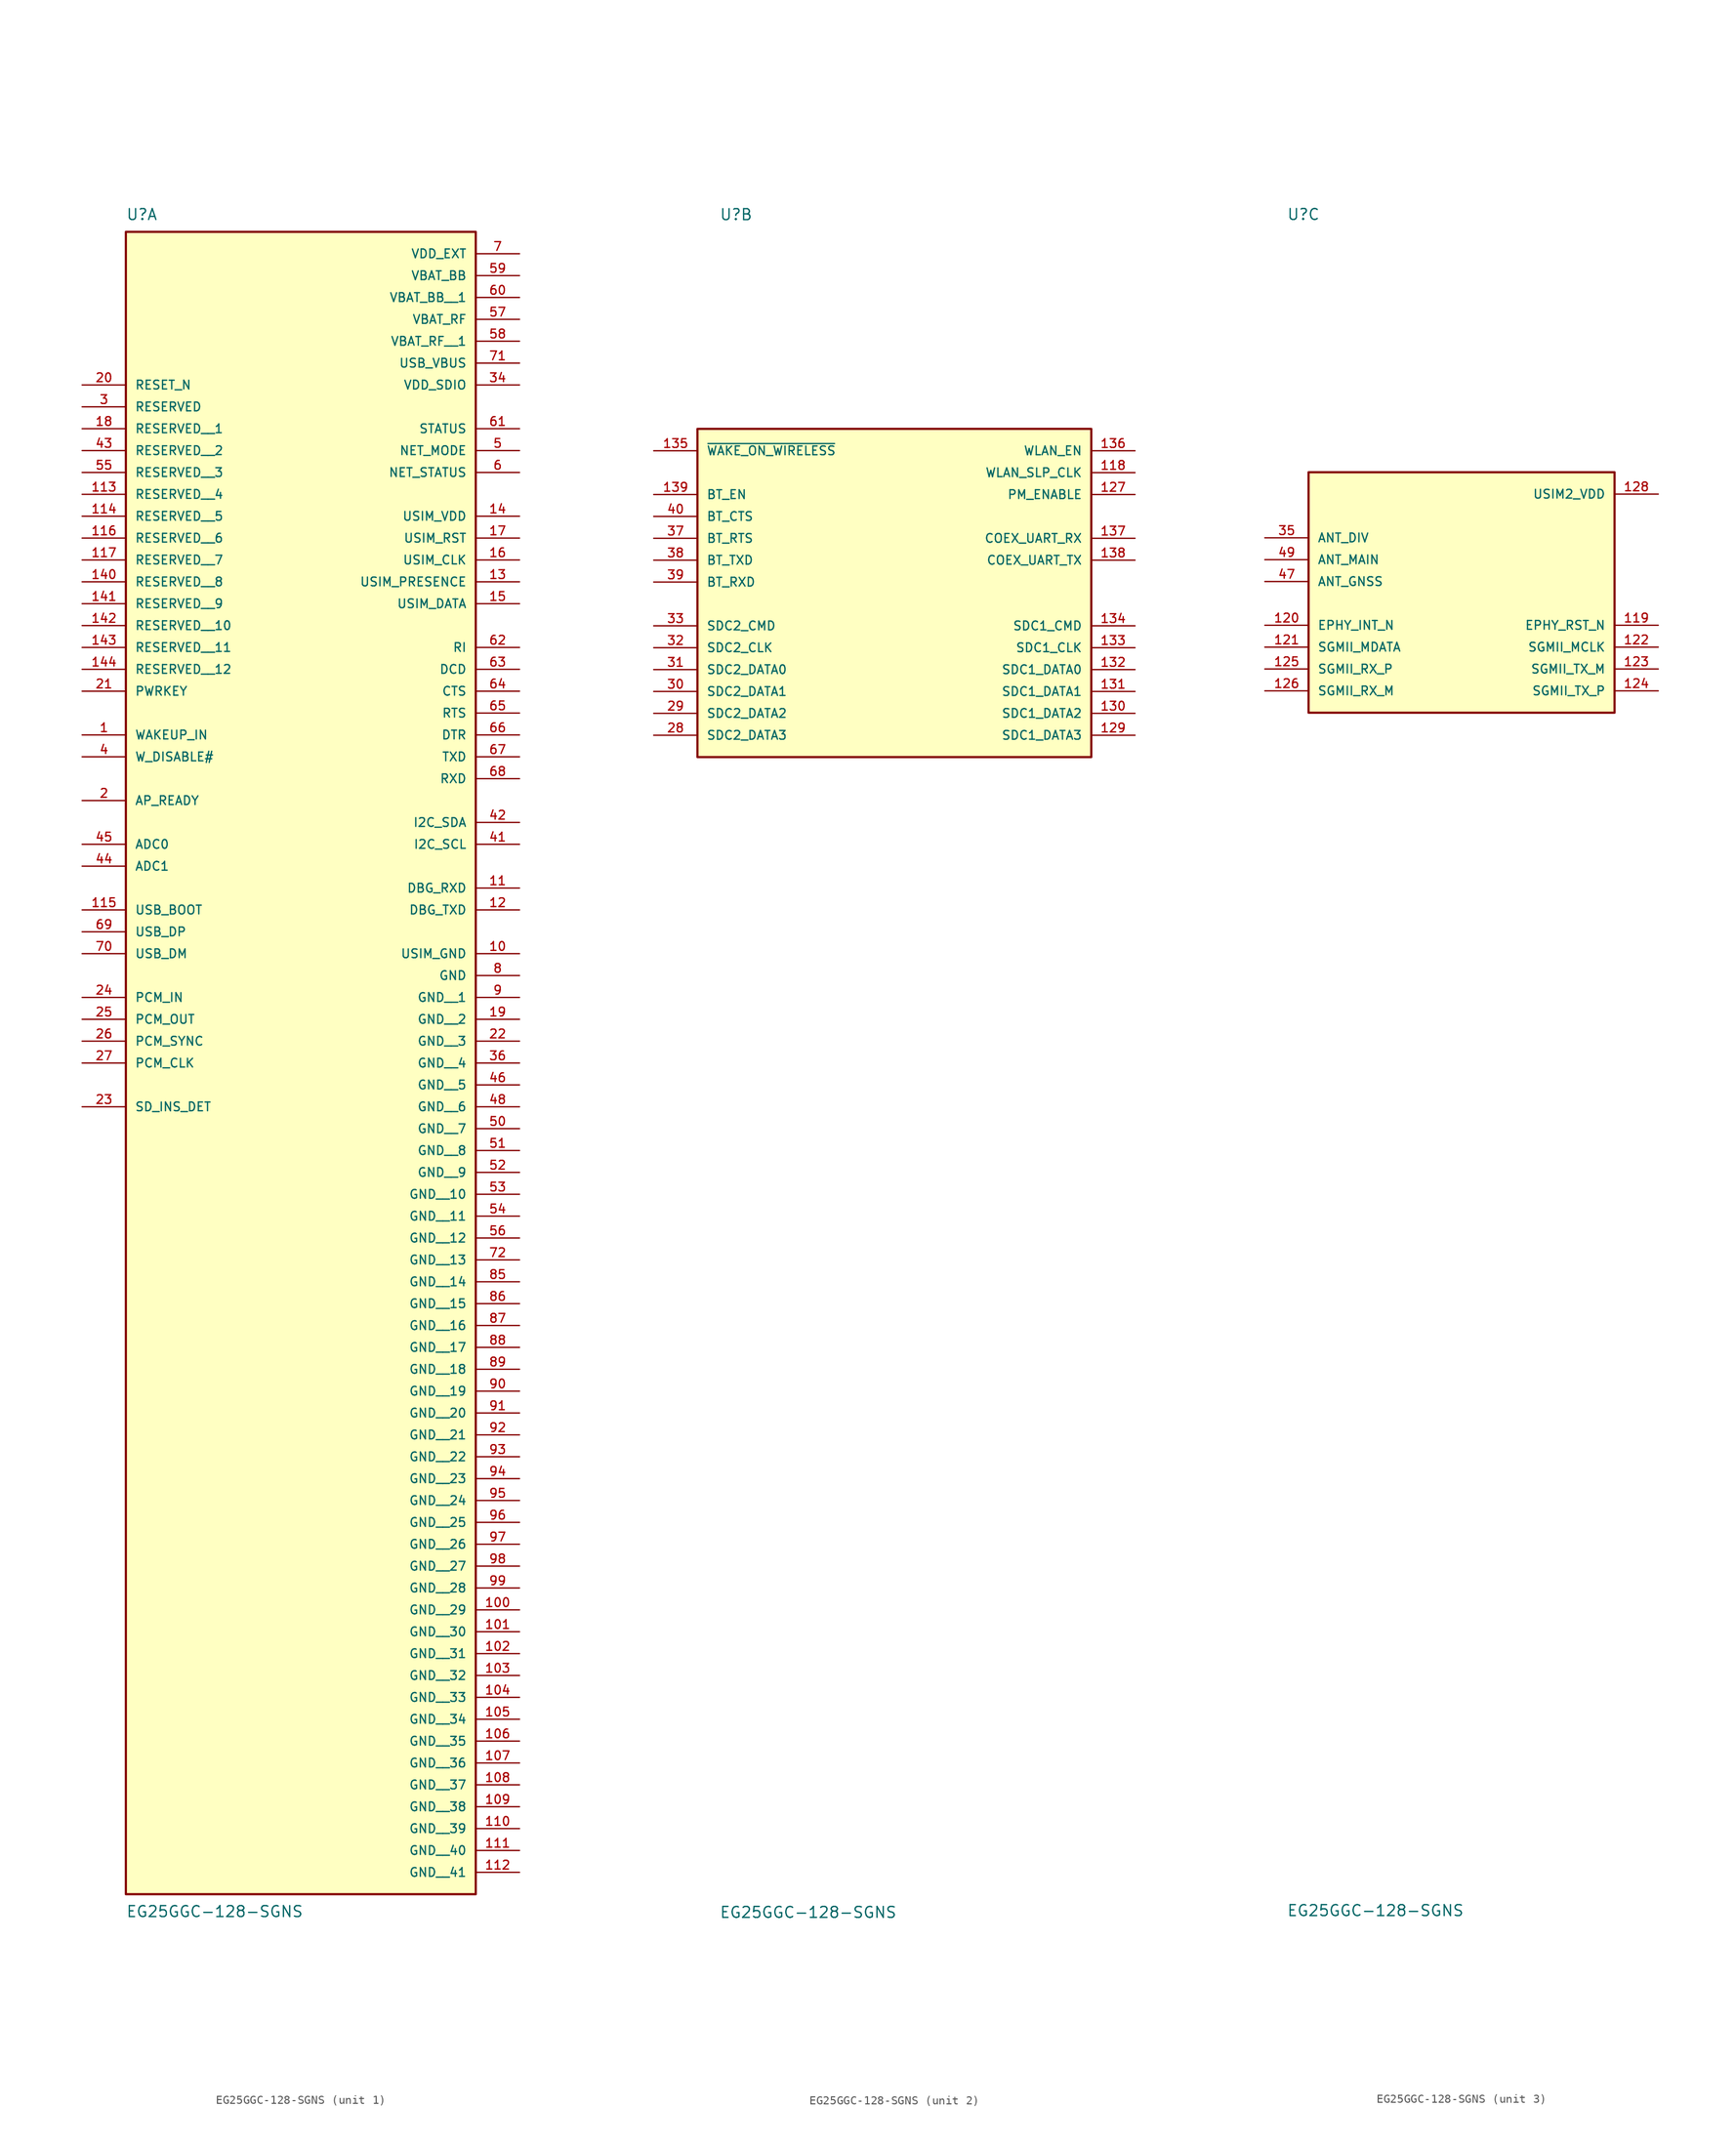
<source format=kicad_sym>
(kicad_symbol_lib
  (version 20241209)
  (generator "kicad_symbol_editor")
  (generator_version "9.0")
  (symbol "EG25GGC-128-SGNS"
    (pin_names
      (offset 1.016))
    (property "Reference" "U"
      (at -20.32 41.91 0)
      (effects (font (size 1.27 1.27)) (justify left bottom)))
    (property "Value" "EG25GGC-128-SGNS"
      (at -20.32 -153.67 0)
      (effects (font (size 1.27 1.27)) (justify left top)))
    (symbol "EG25GGC-128-SGNS_1_0"
      (rectangle (start -20.32 -152.4) (end 20.32 40.64) (stroke (width 0.254) (type default)) (fill (type background)))
      (pin input line (at -25.4 22.86 0) (length 5.08) (name "RESET_N" (effects (font (size 1.016 1.016)))) (number "20" (effects (font (size 1.016 1.016)))))
      (pin bidirectional line (at -25.4 20.32 0) (length 5.08) (name "RESERVED" (effects (font (size 1.016 1.016)))) (number "3" (effects (font (size 1.016 1.016)))))
      (pin bidirectional line (at -25.4 17.78 0) (length 5.08) (name "RESERVED__1" (effects (font (size 1.016 1.016)))) (number "18" (effects (font (size 1.016 1.016)))))
      (pin bidirectional line (at -25.4 15.24 0) (length 5.08) (name "RESERVED__2" (effects (font (size 1.016 1.016)))) (number "43" (effects (font (size 1.016 1.016)))))
      (pin bidirectional line (at -25.4 12.7 0) (length 5.08) (name "RESERVED__3" (effects (font (size 1.016 1.016)))) (number "55" (effects (font (size 1.016 1.016)))))
      (pin bidirectional line (at -25.4 10.16 0) (length 5.08) (name "RESERVED__4" (effects (font (size 1.016 1.016)))) (number "113" (effects (font (size 1.016 1.016)))))
      (pin bidirectional line (at -25.4 7.62 0) (length 5.08) (name "RESERVED__5" (effects (font (size 1.016 1.016)))) (number "114" (effects (font (size 1.016 1.016)))))
      (pin bidirectional line (at -25.4 5.08 0) (length 5.08) (name "RESERVED__6" (effects (font (size 1.016 1.016)))) (number "116" (effects (font (size 1.016 1.016)))))
      (pin bidirectional line (at -25.4 2.54 0) (length 5.08) (name "RESERVED__7" (effects (font (size 1.016 1.016)))) (number "117" (effects (font (size 1.016 1.016)))))
      (pin bidirectional line (at -25.4 0 0) (length 5.08) (name "RESERVED__8" (effects (font (size 1.016 1.016)))) (number "140" (effects (font (size 1.016 1.016)))))
      (pin bidirectional line (at -25.4 -2.54 0) (length 5.08) (name "RESERVED__9" (effects (font (size 1.016 1.016)))) (number "141" (effects (font (size 1.016 1.016)))))
      (pin bidirectional line (at -25.4 -5.08 0) (length 5.08) (name "RESERVED__10" (effects (font (size 1.016 1.016)))) (number "142" (effects (font (size 1.016 1.016)))))
      (pin bidirectional line (at -25.4 -7.62 0) (length 5.08) (name "RESERVED__11" (effects (font (size 1.016 1.016)))) (number "143" (effects (font (size 1.016 1.016)))))
      (pin bidirectional line (at -25.4 -10.16 0) (length 5.08) (name "RESERVED__12" (effects (font (size 1.016 1.016)))) (number "144" (effects (font (size 1.016 1.016)))))
      (pin input line (at -25.4 -12.7 0) (length 5.08) (name "PWRKEY" (effects (font (size 1.016 1.016)))) (number "21" (effects (font (size 1.016 1.016)))))
      (pin input line (at -25.4 -17.78 0) (length 5.08) (name "WAKEUP_IN" (effects (font (size 1.016 1.016)))) (number "1" (effects (font (size 1.016 1.016)))))
      (pin input line (at -25.4 -20.32 0) (length 5.08) (name "W_DISABLE#" (effects (font (size 1.016 1.016)))) (number "4" (effects (font (size 1.016 1.016)))))
      (pin input line (at -25.4 -25.4 0) (length 5.08) (name "AP_READY" (effects (font (size 1.016 1.016)))) (number "2" (effects (font (size 1.016 1.016)))))
      (pin input line (at -25.4 -30.48 0) (length 5.08) (name "ADC0" (effects (font (size 1.016 1.016)))) (number "45" (effects (font (size 1.016 1.016)))))
      (pin input line (at -25.4 -33.02 0) (length 5.08) (name "ADC1" (effects (font (size 1.016 1.016)))) (number "44" (effects (font (size 1.016 1.016)))))
      (pin input line (at -25.4 -38.1 0) (length 5.08) (name "USB_BOOT" (effects (font (size 1.016 1.016)))) (number "115" (effects (font (size 1.016 1.016)))))
      (pin bidirectional line (at -25.4 -40.64 0) (length 5.08) (name "USB_DP" (effects (font (size 1.016 1.016)))) (number "69" (effects (font (size 1.016 1.016)))))
      (pin bidirectional line (at -25.4 -43.18 0) (length 5.08) (name "USB_DM" (effects (font (size 1.016 1.016)))) (number "70" (effects (font (size 1.016 1.016)))))
      (pin input line (at -25.4 -48.26 0) (length 5.08) (name "PCM_IN" (effects (font (size 1.016 1.016)))) (number "24" (effects (font (size 1.016 1.016)))))
      (pin output line (at -25.4 -50.8 0) (length 5.08) (name "PCM_OUT" (effects (font (size 1.016 1.016)))) (number "25" (effects (font (size 1.016 1.016)))))
      (pin bidirectional line (at -25.4 -53.34 0) (length 5.08) (name "PCM_SYNC" (effects (font (size 1.016 1.016)))) (number "26" (effects (font (size 1.016 1.016)))))
      (pin bidirectional line (at -25.4 -55.88 0) (length 5.08) (name "PCM_CLK" (effects (font (size 1.016 1.016)))) (number "27" (effects (font (size 1.016 1.016)))))
      (pin input line (at -25.4 -60.96 0) (length 5.08) (name "SD_INS_DET" (effects (font (size 1.016 1.016)))) (number "23" (effects (font (size 1.016 1.016)))))
      (pin power_in line (at 25.4 38.1 180) (length 5.08) (name "VDD_EXT" (effects (font (size 1.016 1.016)))) (number "7" (effects (font (size 1.016 1.016)))))
      (pin power_in line (at 25.4 35.56 180) (length 5.08) (name "VBAT_BB" (effects (font (size 1.016 1.016)))) (number "59" (effects (font (size 1.016 1.016)))))
      (pin power_in line (at 25.4 33.02 180) (length 5.08) (name "VBAT_BB__1" (effects (font (size 1.016 1.016)))) (number "60" (effects (font (size 1.016 1.016)))))
      (pin power_in line (at 25.4 30.48 180) (length 5.08) (name "VBAT_RF" (effects (font (size 1.016 1.016)))) (number "57" (effects (font (size 1.016 1.016)))))
      (pin power_in line (at 25.4 27.94 180) (length 5.08) (name "VBAT_RF__1" (effects (font (size 1.016 1.016)))) (number "58" (effects (font (size 1.016 1.016)))))
      (pin power_in line (at 25.4 25.4 180) (length 5.08) (name "USB_VBUS" (effects (font (size 1.016 1.016)))) (number "71" (effects (font (size 1.016 1.016)))))
      (pin output line (at 25.4 22.86 180) (length 5.08) (name "VDD_SDIO" (effects (font (size 1.016 1.016)))) (number "34" (effects (font (size 1.016 1.016)))))
      (pin output line (at 25.4 17.78 180) (length 5.08) (name "STATUS" (effects (font (size 1.016 1.016)))) (number "61" (effects (font (size 1.016 1.016)))))
      (pin output line (at 25.4 15.24 180) (length 5.08) (name "NET_MODE" (effects (font (size 1.016 1.016)))) (number "5" (effects (font (size 1.016 1.016)))))
      (pin output line (at 25.4 12.7 180) (length 5.08) (name "NET_STATUS" (effects (font (size 1.016 1.016)))) (number "6" (effects (font (size 1.016 1.016)))))
      (pin output line (at 25.4 7.62 180) (length 5.08) (name "USIM_VDD" (effects (font (size 1.016 1.016)))) (number "14" (effects (font (size 1.016 1.016)))))
      (pin output line (at 25.4 5.08 180) (length 5.08) (name "USIM_RST" (effects (font (size 1.016 1.016)))) (number "17" (effects (font (size 1.016 1.016)))))
      (pin output line (at 25.4 2.54 180) (length 5.08) (name "USIM_CLK" (effects (font (size 1.016 1.016)))) (number "16" (effects (font (size 1.016 1.016)))))
      (pin input line (at 25.4 0 180) (length 5.08) (name "USIM_PRESENCE" (effects (font (size 1.016 1.016)))) (number "13" (effects (font (size 1.016 1.016)))))
      (pin bidirectional line (at 25.4 -2.54 180) (length 5.08) (name "USIM_DATA" (effects (font (size 1.016 1.016)))) (number "15" (effects (font (size 1.016 1.016)))))
      (pin output line (at 25.4 -7.62 180) (length 5.08) (name "RI" (effects (font (size 1.016 1.016)))) (number "62" (effects (font (size 1.016 1.016)))))
      (pin output line (at 25.4 -10.16 180) (length 5.08) (name "DCD" (effects (font (size 1.016 1.016)))) (number "63" (effects (font (size 1.016 1.016)))))
      (pin output line (at 25.4 -12.7 180) (length 5.08) (name "CTS" (effects (font (size 1.016 1.016)))) (number "64" (effects (font (size 1.016 1.016)))))
      (pin input line (at 25.4 -15.24 180) (length 5.08) (name "RTS" (effects (font (size 1.016 1.016)))) (number "65" (effects (font (size 1.016 1.016)))))
      (pin input line (at 25.4 -17.78 180) (length 5.08) (name "DTR" (effects (font (size 1.016 1.016)))) (number "66" (effects (font (size 1.016 1.016)))))
      (pin output line (at 25.4 -20.32 180) (length 5.08) (name "TXD" (effects (font (size 1.016 1.016)))) (number "67" (effects (font (size 1.016 1.016)))))
      (pin input line (at 25.4 -22.86 180) (length 5.08) (name "RXD" (effects (font (size 1.016 1.016)))) (number "68" (effects (font (size 1.016 1.016)))))
      (pin output line (at 25.4 -27.94 180) (length 5.08) (name "I2C_SDA" (effects (font (size 1.016 1.016)))) (number "42" (effects (font (size 1.016 1.016)))))
      (pin output line (at 25.4 -30.48 180) (length 5.08) (name "I2C_SCL" (effects (font (size 1.016 1.016)))) (number "41" (effects (font (size 1.016 1.016)))))
      (pin input line (at 25.4 -35.56 180) (length 5.08) (name "DBG_RXD" (effects (font (size 1.016 1.016)))) (number "11" (effects (font (size 1.016 1.016)))))
      (pin output line (at 25.4 -38.1 180) (length 5.08) (name "DBG_TXD" (effects (font (size 1.016 1.016)))) (number "12" (effects (font (size 1.016 1.016)))))
      (pin power_in line (at 25.4 -43.18 180) (length 5.08) (name "USIM_GND" (effects (font (size 1.016 1.016)))) (number "10" (effects (font (size 1.016 1.016)))))
      (pin power_in line (at 25.4 -45.72 180) (length 5.08) (name "GND" (effects (font (size 1.016 1.016)))) (number "8" (effects (font (size 1.016 1.016)))))
      (pin power_in line (at 25.4 -48.26 180) (length 5.08) (name "GND__1" (effects (font (size 1.016 1.016)))) (number "9" (effects (font (size 1.016 1.016)))))
      (pin power_in line (at 25.4 -50.8 180) (length 5.08) (name "GND__2" (effects (font (size 1.016 1.016)))) (number "19" (effects (font (size 1.016 1.016)))))
      (pin power_in line (at 25.4 -53.34 180) (length 5.08) (name "GND__3" (effects (font (size 1.016 1.016)))) (number "22" (effects (font (size 1.016 1.016)))))
      (pin power_in line (at 25.4 -55.88 180) (length 5.08) (name "GND__4" (effects (font (size 1.016 1.016)))) (number "36" (effects (font (size 1.016 1.016)))))
      (pin power_in line (at 25.4 -58.42 180) (length 5.08) (name "GND__5" (effects (font (size 1.016 1.016)))) (number "46" (effects (font (size 1.016 1.016)))))
      (pin power_in line (at 25.4 -60.96 180) (length 5.08) (name "GND__6" (effects (font (size 1.016 1.016)))) (number "48" (effects (font (size 1.016 1.016)))))
      (pin power_in line (at 25.4 -63.5 180) (length 5.08) (name "GND__7" (effects (font (size 1.016 1.016)))) (number "50" (effects (font (size 1.016 1.016)))))
      (pin power_in line (at 25.4 -66.04 180) (length 5.08) (name "GND__8" (effects (font (size 1.016 1.016)))) (number "51" (effects (font (size 1.016 1.016)))))
      (pin power_in line (at 25.4 -68.58 180) (length 5.08) (name "GND__9" (effects (font (size 1.016 1.016)))) (number "52" (effects (font (size 1.016 1.016)))))
      (pin power_in line (at 25.4 -71.12 180) (length 5.08) (name "GND__10" (effects (font (size 1.016 1.016)))) (number "53" (effects (font (size 1.016 1.016)))))
      (pin power_in line (at 25.4 -73.66 180) (length 5.08) (name "GND__11" (effects (font (size 1.016 1.016)))) (number "54" (effects (font (size 1.016 1.016)))))
      (pin power_in line (at 25.4 -76.2 180) (length 5.08) (name "GND__12" (effects (font (size 1.016 1.016)))) (number "56" (effects (font (size 1.016 1.016)))))
      (pin power_in line (at 25.4 -78.74 180) (length 5.08) (name "GND__13" (effects (font (size 1.016 1.016)))) (number "72" (effects (font (size 1.016 1.016)))))
      (pin power_in line (at 25.4 -81.28 180) (length 5.08) (name "GND__14" (effects (font (size 1.016 1.016)))) (number "85" (effects (font (size 1.016 1.016)))))
      (pin power_in line (at 25.4 -83.82 180) (length 5.08) (name "GND__15" (effects (font (size 1.016 1.016)))) (number "86" (effects (font (size 1.016 1.016)))))
      (pin power_in line (at 25.4 -86.36 180) (length 5.08) (name "GND__16" (effects (font (size 1.016 1.016)))) (number "87" (effects (font (size 1.016 1.016)))))
      (pin power_in line (at 25.4 -88.9 180) (length 5.08) (name "GND__17" (effects (font (size 1.016 1.016)))) (number "88" (effects (font (size 1.016 1.016)))))
      (pin power_in line (at 25.4 -91.44 180) (length 5.08) (name "GND__18" (effects (font (size 1.016 1.016)))) (number "89" (effects (font (size 1.016 1.016)))))
      (pin power_in line (at 25.4 -93.98 180) (length 5.08) (name "GND__19" (effects (font (size 1.016 1.016)))) (number "90" (effects (font (size 1.016 1.016)))))
      (pin power_in line (at 25.4 -96.52 180) (length 5.08) (name "GND__20" (effects (font (size 1.016 1.016)))) (number "91" (effects (font (size 1.016 1.016)))))
      (pin power_in line (at 25.4 -99.06 180) (length 5.08) (name "GND__21" (effects (font (size 1.016 1.016)))) (number "92" (effects (font (size 1.016 1.016)))))
      (pin power_in line (at 25.4 -101.6 180) (length 5.08) (name "GND__22" (effects (font (size 1.016 1.016)))) (number "93" (effects (font (size 1.016 1.016)))))
      (pin power_in line (at 25.4 -104.14 180) (length 5.08) (name "GND__23" (effects (font (size 1.016 1.016)))) (number "94" (effects (font (size 1.016 1.016)))))
      (pin power_in line (at 25.4 -106.68 180) (length 5.08) (name "GND__24" (effects (font (size 1.016 1.016)))) (number "95" (effects (font (size 1.016 1.016)))))
      (pin power_in line (at 25.4 -109.22 180) (length 5.08) (name "GND__25" (effects (font (size 1.016 1.016)))) (number "96" (effects (font (size 1.016 1.016)))))
      (pin power_in line (at 25.4 -111.76 180) (length 5.08) (name "GND__26" (effects (font (size 1.016 1.016)))) (number "97" (effects (font (size 1.016 1.016)))))
      (pin power_in line (at 25.4 -114.3 180) (length 5.08) (name "GND__27" (effects (font (size 1.016 1.016)))) (number "98" (effects (font (size 1.016 1.016)))))
      (pin power_in line (at 25.4 -116.84 180) (length 5.08) (name "GND__28" (effects (font (size 1.016 1.016)))) (number "99" (effects (font (size 1.016 1.016)))))
      (pin power_in line (at 25.4 -119.38 180) (length 5.08) (name "GND__29" (effects (font (size 1.016 1.016)))) (number "100" (effects (font (size 1.016 1.016)))))
      (pin power_in line (at 25.4 -121.92 180) (length 5.08) (name "GND__30" (effects (font (size 1.016 1.016)))) (number "101" (effects (font (size 1.016 1.016)))))
      (pin power_in line (at 25.4 -124.46 180) (length 5.08) (name "GND__31" (effects (font (size 1.016 1.016)))) (number "102" (effects (font (size 1.016 1.016)))))
      (pin power_in line (at 25.4 -127 180) (length 5.08) (name "GND__32" (effects (font (size 1.016 1.016)))) (number "103" (effects (font (size 1.016 1.016)))))
      (pin power_in line (at 25.4 -129.54 180) (length 5.08) (name "GND__33" (effects (font (size 1.016 1.016)))) (number "104" (effects (font (size 1.016 1.016)))))
      (pin power_in line (at 25.4 -132.08 180) (length 5.08) (name "GND__34" (effects (font (size 1.016 1.016)))) (number "105" (effects (font (size 1.016 1.016)))))
      (pin power_in line (at 25.4 -134.62 180) (length 5.08) (name "GND__35" (effects (font (size 1.016 1.016)))) (number "106" (effects (font (size 1.016 1.016)))))
      (pin power_in line (at 25.4 -137.16 180) (length 5.08) (name "GND__36" (effects (font (size 1.016 1.016)))) (number "107" (effects (font (size 1.016 1.016)))))
      (pin power_in line (at 25.4 -139.7 180) (length 5.08) (name "GND__37" (effects (font (size 1.016 1.016)))) (number "108" (effects (font (size 1.016 1.016)))))
      (pin power_in line (at 25.4 -142.24 180) (length 5.08) (name "GND__38" (effects (font (size 1.016 1.016)))) (number "109" (effects (font (size 1.016 1.016)))))
      (pin power_in line (at 25.4 -144.78 180) (length 5.08) (name "GND__39" (effects (font (size 1.016 1.016)))) (number "110" (effects (font (size 1.016 1.016)))))
      (pin power_in line (at 25.4 -147.32 180) (length 5.08) (name "GND__40" (effects (font (size 1.016 1.016)))) (number "111" (effects (font (size 1.016 1.016)))))
      (pin power_in line (at 25.4 -149.86 180) (length 5.08) (name "GND__41" (effects (font (size 1.016 1.016)))) (number "112" (effects (font (size 1.016 1.016))))))
    (symbol "EG25GGC-128-SGNS_2_0"
      (rectangle (start -22.86 -20.32) (end 22.86 17.78) (stroke (width 0.254) (type default)) (fill (type background)))
      (pin input line (at -27.94 15.24 0) (length 5.08) (name "~{WAKE_ON_WIRELESS}" (effects (font (size 1.016 1.016)))) (number "135" (effects (font (size 1.016 1.016)))))
      (pin output line (at -27.94 10.16 0) (length 5.08) (name "BT_EN" (effects (font (size 1.016 1.016)))) (number "139" (effects (font (size 1.016 1.016)))))
      (pin output line (at -27.94 7.62 0) (length 5.08) (name "BT_CTS" (effects (font (size 1.016 1.016)))) (number "40" (effects (font (size 1.016 1.016)))))
      (pin input line (at -27.94 5.08 0) (length 5.08) (name "BT_RTS" (effects (font (size 1.016 1.016)))) (number "37" (effects (font (size 1.016 1.016)))))
      (pin output line (at -27.94 2.54 0) (length 5.08) (name "BT_TXD" (effects (font (size 1.016 1.016)))) (number "38" (effects (font (size 1.016 1.016)))))
      (pin input line (at -27.94 0 0) (length 5.08) (name "BT_RXD" (effects (font (size 1.016 1.016)))) (number "39" (effects (font (size 1.016 1.016)))))
      (pin bidirectional line (at -27.94 -5.08 0) (length 5.08) (name "SDC2_CMD" (effects (font (size 1.016 1.016)))) (number "33" (effects (font (size 1.016 1.016)))))
      (pin output line (at -27.94 -7.62 0) (length 5.08) (name "SDC2_CLK" (effects (font (size 1.016 1.016)))) (number "32" (effects (font (size 1.016 1.016)))))
      (pin bidirectional line (at -27.94 -10.16 0) (length 5.08) (name "SDC2_DATA0" (effects (font (size 1.016 1.016)))) (number "31" (effects (font (size 1.016 1.016)))))
      (pin bidirectional line (at -27.94 -12.7 0) (length 5.08) (name "SDC2_DATA1" (effects (font (size 1.016 1.016)))) (number "30" (effects (font (size 1.016 1.016)))))
      (pin bidirectional line (at -27.94 -15.24 0) (length 5.08) (name "SDC2_DATA2" (effects (font (size 1.016 1.016)))) (number "29" (effects (font (size 1.016 1.016)))))
      (pin bidirectional line (at -27.94 -17.78 0) (length 5.08) (name "SDC2_DATA3" (effects (font (size 1.016 1.016)))) (number "28" (effects (font (size 1.016 1.016)))))
      (pin output line (at 27.94 15.24 180) (length 5.08) (name "WLAN_EN" (effects (font (size 1.016 1.016)))) (number "136" (effects (font (size 1.016 1.016)))))
      (pin output line (at 27.94 12.7 180) (length 5.08) (name "WLAN_SLP_CLK" (effects (font (size 1.016 1.016)))) (number "118" (effects (font (size 1.016 1.016)))))
      (pin output line (at 27.94 10.16 180) (length 5.08) (name "PM_ENABLE" (effects (font (size 1.016 1.016)))) (number "127" (effects (font (size 1.016 1.016)))))
      (pin input line (at 27.94 5.08 180) (length 5.08) (name "COEX_UART_RX" (effects (font (size 1.016 1.016)))) (number "137" (effects (font (size 1.016 1.016)))))
      (pin output line (at 27.94 2.54 180) (length 5.08) (name "COEX_UART_TX" (effects (font (size 1.016 1.016)))) (number "138" (effects (font (size 1.016 1.016)))))
      (pin output line (at 27.94 -5.08 180) (length 5.08) (name "SDC1_CMD" (effects (font (size 1.016 1.016)))) (number "134" (effects (font (size 1.016 1.016)))))
      (pin output line (at 27.94 -7.62 180) (length 5.08) (name "SDC1_CLK" (effects (font (size 1.016 1.016)))) (number "133" (effects (font (size 1.016 1.016)))))
      (pin bidirectional line (at 27.94 -10.16 180) (length 5.08) (name "SDC1_DATA0" (effects (font (size 1.016 1.016)))) (number "132" (effects (font (size 1.016 1.016)))))
      (pin bidirectional line (at 27.94 -12.7 180) (length 5.08) (name "SDC1_DATA1" (effects (font (size 1.016 1.016)))) (number "131" (effects (font (size 1.016 1.016)))))
      (pin bidirectional line (at 27.94 -15.24 180) (length 5.08) (name "SDC1_DATA2" (effects (font (size 1.016 1.016)))) (number "130" (effects (font (size 1.016 1.016)))))
      (pin bidirectional line (at 27.94 -17.78 180) (length 5.08) (name "SDC1_DATA3" (effects (font (size 1.016 1.016)))) (number "129" (effects (font (size 1.016 1.016))))))
    (symbol "EG25GGC-128-SGNS_3_0"
      (rectangle (start -17.78 -15.24) (end 17.78 12.7) (stroke (width 0.254) (type default)) (fill (type background)))
      (pin input line (at -22.86 5.08 0) (length 5.08) (name "ANT_DIV" (effects (font (size 1.016 1.016)))) (number "35" (effects (font (size 1.016 1.016)))))
      (pin output line (at -22.86 2.54 0) (length 5.08) (name "ANT_MAIN" (effects (font (size 1.016 1.016)))) (number "49" (effects (font (size 1.016 1.016)))))
      (pin input line (at -22.86 0 0) (length 5.08) (name "ANT_GNSS" (effects (font (size 1.016 1.016)))) (number "47" (effects (font (size 1.016 1.016)))))
      (pin input line (at -22.86 -5.08 0) (length 5.08) (name "EPHY_INT_N" (effects (font (size 1.016 1.016)))) (number "120" (effects (font (size 1.016 1.016)))))
      (pin bidirectional line (at -22.86 -7.62 0) (length 5.08) (name "SGMII_MDATA" (effects (font (size 1.016 1.016)))) (number "121" (effects (font (size 1.016 1.016)))))
      (pin input line (at -22.86 -10.16 0) (length 5.08) (name "SGMII_RX_P" (effects (font (size 1.016 1.016)))) (number "125" (effects (font (size 1.016 1.016)))))
      (pin input line (at -22.86 -12.7 0) (length 5.08) (name "SGMII_RX_M" (effects (font (size 1.016 1.016)))) (number "126" (effects (font (size 1.016 1.016)))))
      (pin output line (at 22.86 10.16 180) (length 5.08) (name "USIM2_VDD" (effects (font (size 1.016 1.016)))) (number "128" (effects (font (size 1.016 1.016)))))
      (pin output line (at 22.86 -5.08 180) (length 5.08) (name "EPHY_RST_N" (effects (font (size 1.016 1.016)))) (number "119" (effects (font (size 1.016 1.016)))))
      (pin output line (at 22.86 -7.62 180) (length 5.08) (name "SGMII_MCLK" (effects (font (size 1.016 1.016)))) (number "122" (effects (font (size 1.016 1.016)))))
      (pin output line (at 22.86 -10.16 180) (length 5.08) (name "SGMII_TX_M" (effects (font (size 1.016 1.016)))) (number "123" (effects (font (size 1.016 1.016)))))
      (pin output line (at 22.86 -12.7 180) (length 5.08) (name "SGMII_TX_P" (effects (font (size 1.016 1.016)))) (number "124" (effects (font (size 1.016 1.016))))))))
</source>
